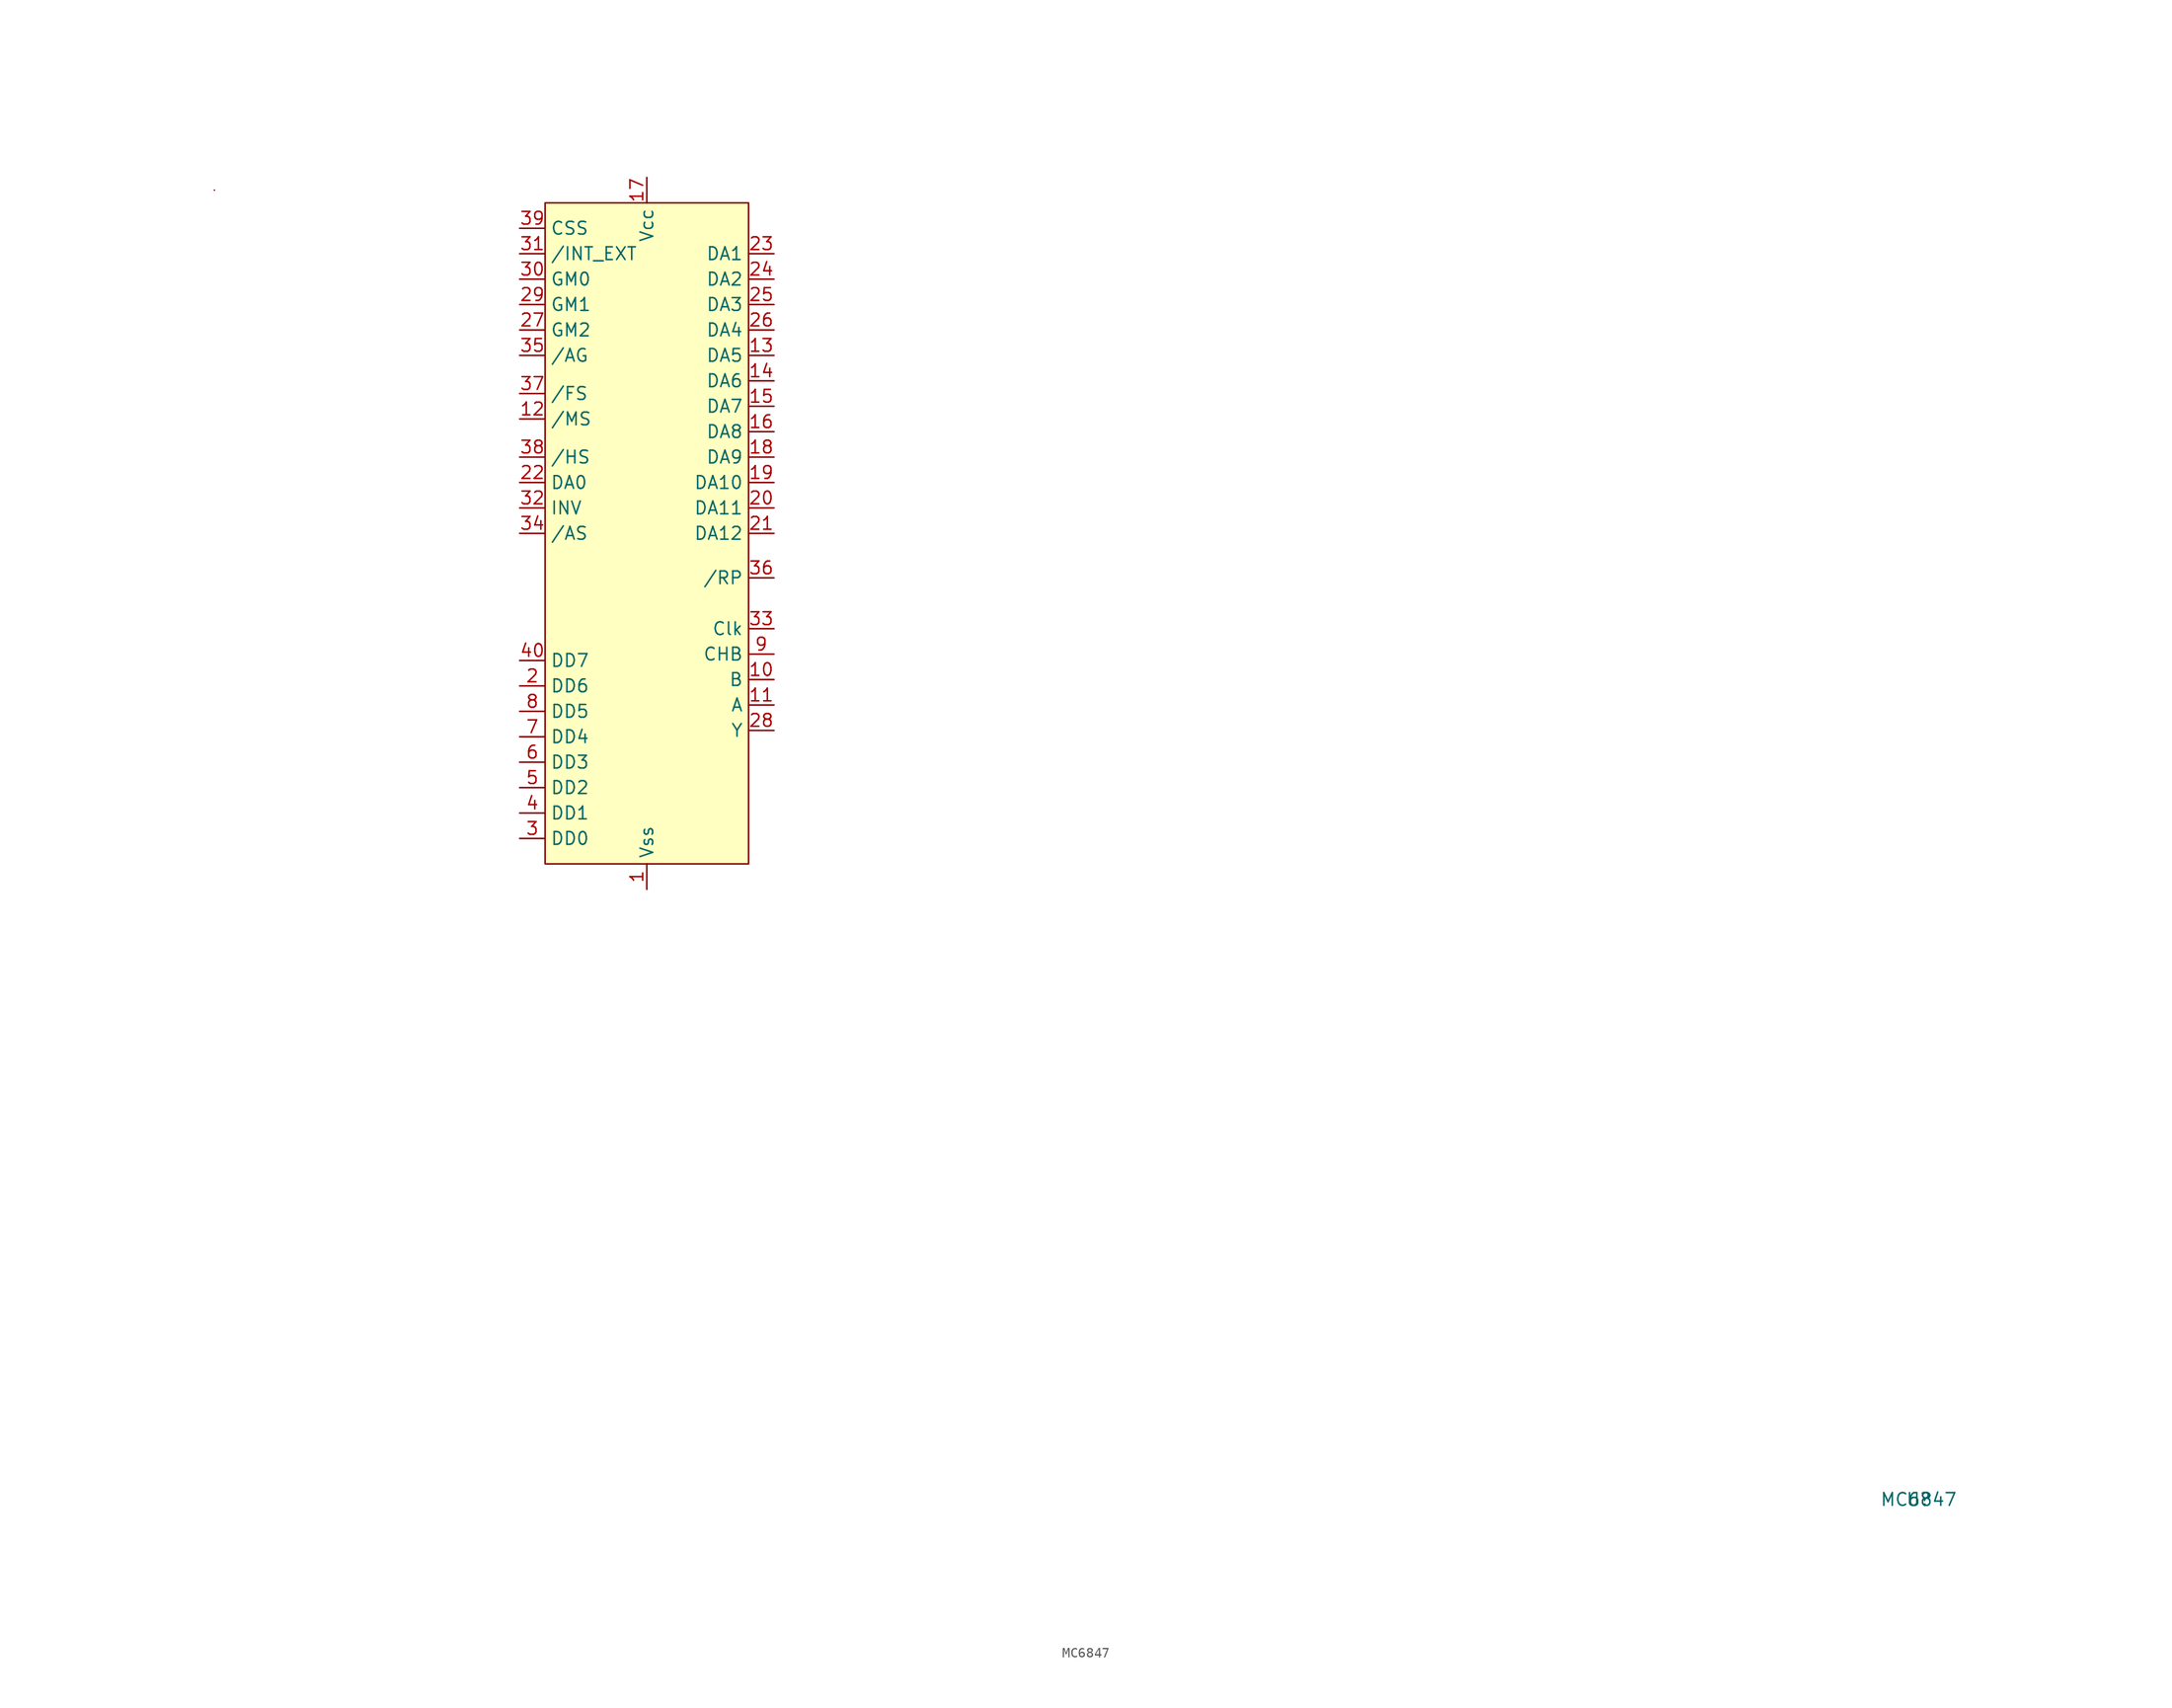
<source format=kicad_sym>
(kicad_symbol_lib
  (version 20211014)
  (generator kicad_symbol_editor)
  (symbol "MC6847"
    (property "Reference" "U"
      (at 0 0 0)
      (effects (font (size 1.27 1.27))))
    (property "Value" "MC6847"
      (at 0 0 0)
      (effects (font (size 1.27 1.27))))
    (symbol "MC6847_0_1"
      (rectangle (start -170.18 130.81) (end -170.18 130.81) (stroke (width 0) (type default) (color 0 0 0 0)) (fill (type none)))
      (rectangle (start -137.16 129.54) (end -116.84 63.5) (stroke (width 0) (type default) (color 0 0 0 0)) (fill (type background))))
    (symbol "MC6847_1_1"
      (pin power_in line (at -127 60.96 90) (length 2.54) (name "Vss" (effects (font (size 1.27 1.27)))) (number "1" (effects (font (size 1.27 1.27)))))
      (pin output line (at -114.3 81.915 180) (length 2.54) (name "B" (effects (font (size 1.27 1.27)))) (number "10" (effects (font (size 1.27 1.27)))))
      (pin output line (at -114.3 79.375 180) (length 2.54) (name "A" (effects (font (size 1.27 1.27)))) (number "11" (effects (font (size 1.27 1.27)))))
      (pin input line (at -139.7 107.95 0) (length 2.54) (name "/MS" (effects (font (size 1.27 1.27)))) (number "12" (effects (font (size 1.27 1.27)))))
      (pin output line (at -114.3 114.3 180) (length 2.54) (name "DA5" (effects (font (size 1.27 1.27)))) (number "13" (effects (font (size 1.27 1.27)))))
      (pin output line (at -114.3 111.76 180) (length 2.54) (name "DA6" (effects (font (size 1.27 1.27)))) (number "14" (effects (font (size 1.27 1.27)))))
      (pin output line (at -114.3 109.22 180) (length 2.54) (name "DA7" (effects (font (size 1.27 1.27)))) (number "15" (effects (font (size 1.27 1.27)))))
      (pin output line (at -114.3 106.68 180) (length 2.54) (name "DA8" (effects (font (size 1.27 1.27)))) (number "16" (effects (font (size 1.27 1.27)))))
      (pin power_in line (at -127 132.08 270) (length 2.54) (name "Vcc" (effects (font (size 1.27 1.27)))) (number "17" (effects (font (size 1.27 1.27)))))
      (pin output line (at -114.3 104.14 180) (length 2.54) (name "DA9" (effects (font (size 1.27 1.27)))) (number "18" (effects (font (size 1.27 1.27)))))
      (pin output line (at -114.3 101.6 180) (length 2.54) (name "DA10" (effects (font (size 1.27 1.27)))) (number "19" (effects (font (size 1.27 1.27)))))
      (pin input line (at -139.7 81.28 0) (length 2.54) (name "DD6" (effects (font (size 1.27 1.27)))) (number "2" (effects (font (size 1.27 1.27)))))
      (pin output line (at -114.3 99.06 180) (length 2.54) (name "DA11" (effects (font (size 1.27 1.27)))) (number "20" (effects (font (size 1.27 1.27)))))
      (pin output line (at -114.3 96.52 180) (length 2.54) (name "DA12" (effects (font (size 1.27 1.27)))) (number "21" (effects (font (size 1.27 1.27)))))
      (pin output line (at -139.7 101.6 0) (length 2.54) (name "DA0" (effects (font (size 1.27 1.27)))) (number "22" (effects (font (size 1.27 1.27)))))
      (pin output line (at -114.3 124.46 180) (length 2.54) (name "DA1" (effects (font (size 1.27 1.27)))) (number "23" (effects (font (size 1.27 1.27)))))
      (pin output line (at -114.3 121.92 180) (length 2.54) (name "DA2" (effects (font (size 1.27 1.27)))) (number "24" (effects (font (size 1.27 1.27)))))
      (pin output line (at -114.3 119.38 180) (length 2.54) (name "DA3" (effects (font (size 1.27 1.27)))) (number "25" (effects (font (size 1.27 1.27)))))
      (pin output line (at -114.3 116.84 180) (length 2.54) (name "DA4" (effects (font (size 1.27 1.27)))) (number "26" (effects (font (size 1.27 1.27)))))
      (pin input line (at -139.7 116.84 0) (length 2.54) (name "GM2" (effects (font (size 1.27 1.27)))) (number "27" (effects (font (size 1.27 1.27)))))
      (pin input line (at -114.3 76.835 180) (length 2.54) (name "Y" (effects (font (size 1.27 1.27)))) (number "28" (effects (font (size 1.27 1.27)))))
      (pin input line (at -139.7 119.38 0) (length 2.54) (name "GM1" (effects (font (size 1.27 1.27)))) (number "29" (effects (font (size 1.27 1.27)))))
      (pin input line (at -139.7 66.04 0) (length 2.54) (name "DD0" (effects (font (size 1.27 1.27)))) (number "3" (effects (font (size 1.27 1.27)))))
      (pin input line (at -139.7 121.92 0) (length 2.54) (name "GM0" (effects (font (size 1.27 1.27)))) (number "30" (effects (font (size 1.27 1.27)))))
      (pin input line (at -139.7 124.46 0) (length 2.54) (name "/INT_EXT" (effects (font (size 1.27 1.27)))) (number "31" (effects (font (size 1.27 1.27)))))
      (pin input line (at -139.7 99.06 0) (length 2.54) (name "INV" (effects (font (size 1.27 1.27)))) (number "32" (effects (font (size 1.27 1.27)))))
      (pin input line (at -114.3 86.995 180) (length 2.54) (name "Clk" (effects (font (size 1.27 1.27)))) (number "33" (effects (font (size 1.27 1.27)))))
      (pin input line (at -139.7 96.52 0) (length 2.54) (name "/AS" (effects (font (size 1.27 1.27)))) (number "34" (effects (font (size 1.27 1.27)))))
      (pin input line (at -139.7 114.3 0) (length 2.54) (name "/AG" (effects (font (size 1.27 1.27)))) (number "35" (effects (font (size 1.27 1.27)))))
      (pin input line (at -114.3 92.075 180) (length 2.54) (name "/RP" (effects (font (size 1.27 1.27)))) (number "36" (effects (font (size 1.27 1.27)))))
      (pin input line (at -139.7 110.49 0) (length 2.54) (name "/FS" (effects (font (size 1.27 1.27)))) (number "37" (effects (font (size 1.27 1.27)))))
      (pin input line (at -139.7 104.14 0) (length 2.54) (name "/HS" (effects (font (size 1.27 1.27)))) (number "38" (effects (font (size 1.27 1.27)))))
      (pin input line (at -139.7 127 0) (length 2.54) (name "CSS" (effects (font (size 1.27 1.27)))) (number "39" (effects (font (size 1.27 1.27)))))
      (pin input line (at -139.7 68.58 0) (length 2.54) (name "DD1" (effects (font (size 1.27 1.27)))) (number "4" (effects (font (size 1.27 1.27)))))
      (pin input line (at -139.7 83.82 0) (length 2.54) (name "DD7" (effects (font (size 1.27 1.27)))) (number "40" (effects (font (size 1.27 1.27)))))
      (pin input line (at -139.7 71.12 0) (length 2.54) (name "DD2" (effects (font (size 1.27 1.27)))) (number "5" (effects (font (size 1.27 1.27)))))
      (pin input line (at -139.7 73.66 0) (length 2.54) (name "DD3" (effects (font (size 1.27 1.27)))) (number "6" (effects (font (size 1.27 1.27)))))
      (pin input line (at -139.7 76.2 0) (length 2.54) (name "DD4" (effects (font (size 1.27 1.27)))) (number "7" (effects (font (size 1.27 1.27)))))
      (pin input line (at -139.7 78.74 0) (length 2.54) (name "DD5" (effects (font (size 1.27 1.27)))) (number "8" (effects (font (size 1.27 1.27)))))
      (pin output line (at -114.3 84.455 180) (length 2.54) (name "CHB" (effects (font (size 1.27 1.27)))) (number "9" (effects (font (size 1.27 1.27))))))))
</source>
